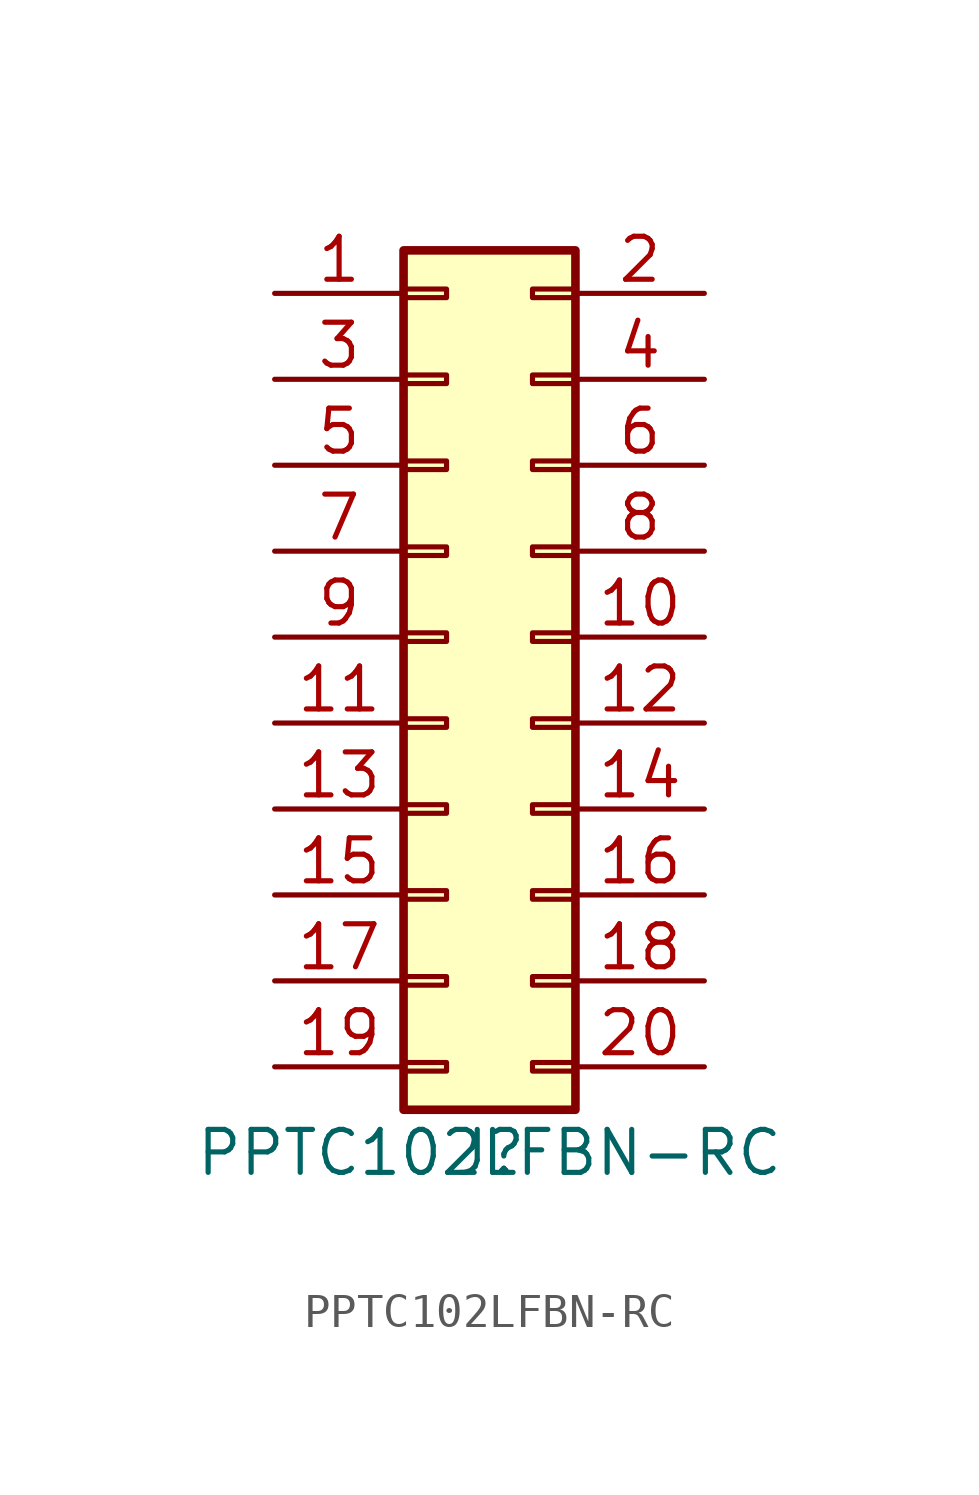
<source format=kicad_sym>
(kicad_symbol_lib
  (version 20211014)
  (generator kicad_symbol_editor)
  (symbol "PPTC102LFBN-RC"
    (property "Reference" "J"
      (at 0 0 0)
      (effects (font (size 1.27 1.27))))
    (property "Value" "PPTC102LFBN-RC"
      (at 0 0 0)
      (effects (font (size 1.27 1.27))))
    (symbol "PPTC102LFBN-RC_1_1"
      (rectangle (start -2.54 2.667) (end -1.27 2.413) (stroke (width 0.152) (type default) (color 0 0 0 0)) (fill (type none)))
      (rectangle (start -2.54 5.207) (end -1.27 4.953) (stroke (width 0.152) (type default) (color 0 0 0 0)) (fill (type none)))
      (rectangle (start -2.54 7.747) (end -1.27 7.493) (stroke (width 0.152) (type default) (color 0 0 0 0)) (fill (type none)))
      (rectangle (start -2.54 10.287) (end -1.27 10.033) (stroke (width 0.152) (type default) (color 0 0 0 0)) (fill (type none)))
      (rectangle (start -2.54 12.827) (end -1.27 12.573) (stroke (width 0.152) (type default) (color 0 0 0 0)) (fill (type none)))
      (rectangle (start -2.54 15.367) (end -1.27 15.113) (stroke (width 0.152) (type default) (color 0 0 0 0)) (fill (type none)))
      (rectangle (start -2.54 17.907) (end -1.27 17.653) (stroke (width 0.152) (type default) (color 0 0 0 0)) (fill (type none)))
      (rectangle (start -2.54 20.447) (end -1.27 20.193) (stroke (width 0.152) (type default) (color 0 0 0 0)) (fill (type none)))
      (rectangle (start -2.54 22.987) (end -1.27 22.733) (stroke (width 0.152) (type default) (color 0 0 0 0)) (fill (type none)))
      (rectangle (start -2.54 25.527) (end -1.27 25.273) (stroke (width 0.152) (type default) (color 0 0 0 0)) (fill (type none)))
      (rectangle (start -2.54 26.67) (end 2.54 1.27) (stroke (width 0.254) (type default) (color 0 0 0 0)) (fill (type background)))
      (rectangle (start 2.54 2.667) (end 1.27 2.413) (stroke (width 0.152) (type default) (color 0 0 0 0)) (fill (type none)))
      (rectangle (start 2.54 5.207) (end 1.27 4.953) (stroke (width 0.152) (type default) (color 0 0 0 0)) (fill (type none)))
      (rectangle (start 2.54 7.747) (end 1.27 7.493) (stroke (width 0.152) (type default) (color 0 0 0 0)) (fill (type none)))
      (rectangle (start 2.54 10.287) (end 1.27 10.033) (stroke (width 0.152) (type default) (color 0 0 0 0)) (fill (type none)))
      (rectangle (start 2.54 12.827) (end 1.27 12.573) (stroke (width 0.152) (type default) (color 0 0 0 0)) (fill (type none)))
      (rectangle (start 2.54 15.367) (end 1.27 15.113) (stroke (width 0.152) (type default) (color 0 0 0 0)) (fill (type none)))
      (rectangle (start 2.54 17.907) (end 1.27 17.653) (stroke (width 0.152) (type default) (color 0 0 0 0)) (fill (type none)))
      (rectangle (start 2.54 20.447) (end 1.27 20.193) (stroke (width 0.152) (type default) (color 0 0 0 0)) (fill (type none)))
      (rectangle (start 2.54 22.987) (end 1.27 22.733) (stroke (width 0.152) (type default) (color 0 0 0 0)) (fill (type none)))
      (rectangle (start 2.54 25.527) (end 1.27 25.273) (stroke (width 0.152) (type default) (color 0 0 0 0)) (fill (type none)))
      (pin passive line (at -6.35 25.4 0) (length 3.81) (name "" (effects (font (size 1.27 1.27)))) (number "1" (effects (font (size 1.27 1.27)))))
      (pin passive line (at 6.35 15.24 180) (length 3.81) (name "" (effects (font (size 1.27 1.27)))) (number "10" (effects (font (size 1.27 1.27)))))
      (pin passive line (at -6.35 12.7 0) (length 3.81) (name "" (effects (font (size 1.27 1.27)))) (number "11" (effects (font (size 1.27 1.27)))))
      (pin passive line (at 6.35 12.7 180) (length 3.81) (name "" (effects (font (size 1.27 1.27)))) (number "12" (effects (font (size 1.27 1.27)))))
      (pin passive line (at -6.35 10.16 0) (length 3.81) (name "" (effects (font (size 1.27 1.27)))) (number "13" (effects (font (size 1.27 1.27)))))
      (pin passive line (at 6.35 10.16 180) (length 3.81) (name "" (effects (font (size 1.27 1.27)))) (number "14" (effects (font (size 1.27 1.27)))))
      (pin passive line (at -6.35 7.62 0) (length 3.81) (name "" (effects (font (size 1.27 1.27)))) (number "15" (effects (font (size 1.27 1.27)))))
      (pin passive line (at 6.35 7.62 180) (length 3.81) (name "" (effects (font (size 1.27 1.27)))) (number "16" (effects (font (size 1.27 1.27)))))
      (pin passive line (at -6.35 5.08 0) (length 3.81) (name "" (effects (font (size 1.27 1.27)))) (number "17" (effects (font (size 1.27 1.27)))))
      (pin passive line (at 6.35 5.08 180) (length 3.81) (name "" (effects (font (size 1.27 1.27)))) (number "18" (effects (font (size 1.27 1.27)))))
      (pin passive line (at -6.35 2.54 0) (length 3.81) (name "" (effects (font (size 1.27 1.27)))) (number "19" (effects (font (size 1.27 1.27)))))
      (pin passive line (at 6.35 25.4 180) (length 3.81) (name "" (effects (font (size 1.27 1.27)))) (number "2" (effects (font (size 1.27 1.27)))))
      (pin passive line (at 6.35 2.54 180) (length 3.81) (name "" (effects (font (size 1.27 1.27)))) (number "20" (effects (font (size 1.27 1.27)))))
      (pin passive line (at -6.35 22.86 0) (length 3.81) (name "" (effects (font (size 1.27 1.27)))) (number "3" (effects (font (size 1.27 1.27)))))
      (pin passive line (at 6.35 22.86 180) (length 3.81) (name "" (effects (font (size 1.27 1.27)))) (number "4" (effects (font (size 1.27 1.27)))))
      (pin passive line (at -6.35 20.32 0) (length 3.81) (name "" (effects (font (size 1.27 1.27)))) (number "5" (effects (font (size 1.27 1.27)))))
      (pin passive line (at 6.35 20.32 180) (length 3.81) (name "" (effects (font (size 1.27 1.27)))) (number "6" (effects (font (size 1.27 1.27)))))
      (pin passive line (at -6.35 17.78 0) (length 3.81) (name "" (effects (font (size 1.27 1.27)))) (number "7" (effects (font (size 1.27 1.27)))))
      (pin passive line (at 6.35 17.78 180) (length 3.81) (name "" (effects (font (size 1.27 1.27)))) (number "8" (effects (font (size 1.27 1.27)))))
      (pin passive line (at -6.35 15.24 0) (length 3.81) (name "" (effects (font (size 1.27 1.27)))) (number "9" (effects (font (size 1.27 1.27))))))))
</source>
